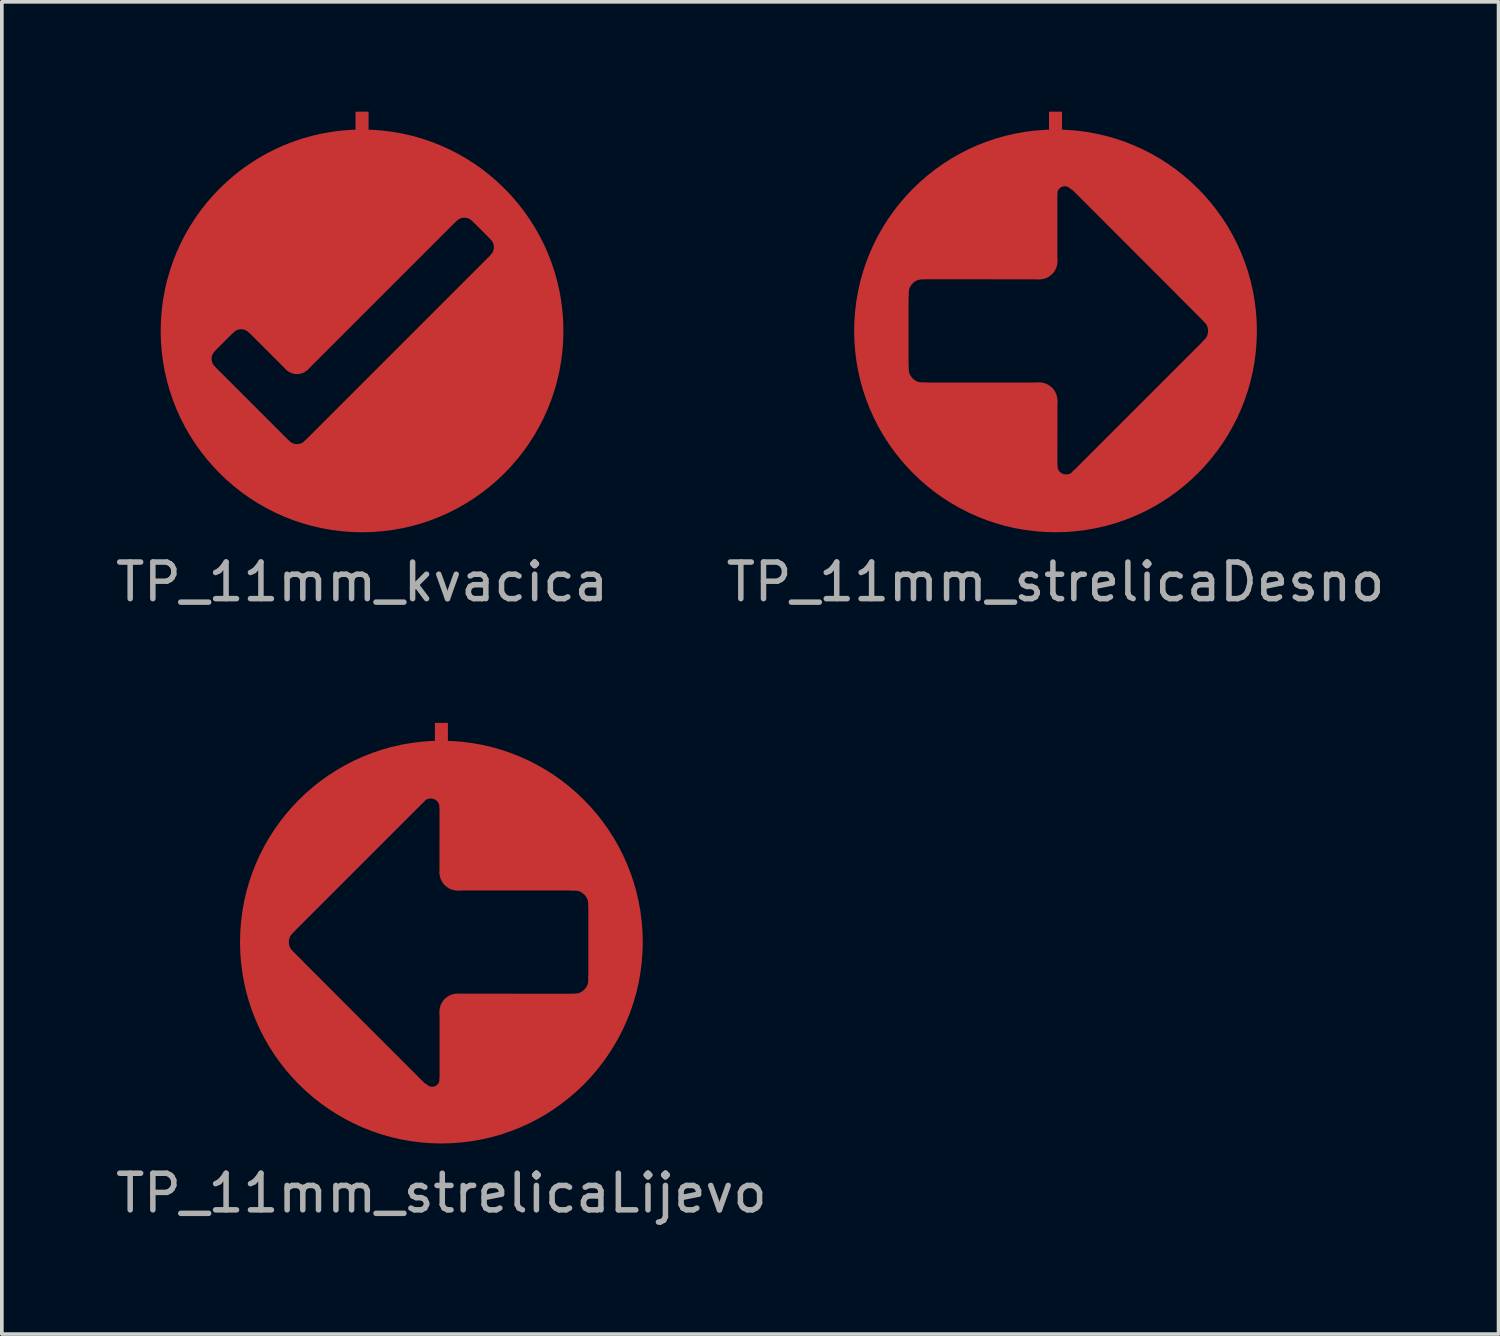
<source format=kicad_pcb>
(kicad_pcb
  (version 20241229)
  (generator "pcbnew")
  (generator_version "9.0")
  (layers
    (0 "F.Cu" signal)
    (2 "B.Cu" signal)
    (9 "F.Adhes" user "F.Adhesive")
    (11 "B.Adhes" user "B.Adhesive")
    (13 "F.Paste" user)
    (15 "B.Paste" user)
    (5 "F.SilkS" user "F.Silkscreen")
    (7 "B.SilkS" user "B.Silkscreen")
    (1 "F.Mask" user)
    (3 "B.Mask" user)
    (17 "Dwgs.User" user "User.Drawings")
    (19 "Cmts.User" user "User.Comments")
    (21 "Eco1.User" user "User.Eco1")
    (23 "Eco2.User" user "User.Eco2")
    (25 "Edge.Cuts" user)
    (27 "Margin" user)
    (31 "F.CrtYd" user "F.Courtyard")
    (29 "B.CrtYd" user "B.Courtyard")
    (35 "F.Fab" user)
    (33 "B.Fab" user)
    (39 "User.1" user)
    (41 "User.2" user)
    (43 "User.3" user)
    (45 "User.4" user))
  (footprint "TP_11mm_kvacica"
    (layer "F.Cu")
    (at 6.839 5.988)
    (property "Reference" "TP_11mm_kvacica" (at 0 6.858 0) (layer "F.Fab") (effects (font (size 1 1) (thickness 0.15))))
    (attr through_hole)
    (fp_line (start -4.064 1.016) (end -2.032 3.048) (stroke (width 0.12) (type solid)) (layer "F.Cu"))
    (fp_line (start -4.064 0.508) (end -3.556 0) (stroke (width 0.12) (type solid)) (layer "F.Cu"))
    (fp_line (start -3.048 0.000001) (end -2.032 1.016) (stroke (width 0.12) (type solid)) (layer "F.Cu"))
    (fp_line (start -1.524 3.048) (end 3.556 -2.032) (stroke (width 0.12) (type solid)) (layer "F.Cu"))
    (fp_line (start 2.54 -3.048) (end -1.524 1.016) (stroke (width 0.12) (type solid)) (layer "F.Cu"))
    (fp_line (start 3.556 -2.54) (end 3.048 -3.048) (stroke (width 0.12) (type solid)) (layer "F.Cu"))
    (fp_arc (start -4.063999 1.015999) (mid -4.169209 0.762) (end -4.063999 0.508001) (stroke (width 0.12) (type solid)) (layer "F.Cu"))
    (fp_arc (start -3.555999 0.000001) (mid -3.302 -0.105209) (end -3.048001 0.000001) (stroke (width 0.12) (type solid)) (layer "F.Cu"))
    (fp_arc (start -1.524001 1.015999) (mid -1.778 1.121209) (end -2.031999 1.015999) (stroke (width 0.12) (type solid)) (layer "F.Cu"))
    (fp_arc (start -1.524001 3.047999) (mid -1.778 3.153209) (end -2.031999 3.047999) (stroke (width 0.12) (type solid)) (layer "F.Cu"))
    (fp_arc (start 2.540001 -3.047999) (mid 2.794 -3.153209) (end 3.047999 -3.047999) (stroke (width 0.12) (type solid)) (layer "F.Cu"))
    (fp_arc (start 3.555999 -2.539999) (mid 3.661209 -2.286) (end 3.555999 -2.032001) (stroke (width 0.12) (type solid)) (layer "F.Cu"))
    (fp_circle (center 0 0) (end 5 0) (stroke (width 1) (type solid)) (fill no) (layer "F.Cu"))
    (fp_poly (pts (xy -1.651 3.239) (xy -1.46 4.318) (xy -2.349 4.318) (xy -2.286 3.048) (xy -2.032 3.048)) (stroke (width 0.01) (type solid)) (fill yes) (layer "F.Cu"))
    (fp_poly (pts (xy 2.857 -4.191) (xy 4.889 -1.651) (xy 4.826 0.953) (xy 3.556 3.556) (xy 0.635 4.953) (xy -1.714 4.636) (xy -1.778 3.175) (xy -1.524 3.048) (xy 3.556 -2.032) (xy 3.683 -2.349) (xy 3.556 -2.54) (xy 2.985 -3.111) (xy 2.603 -3.111) (xy -1.46 0.953) (xy -1.714 1.143) (xy -2.032 1.016) (xy -2.985 0.064) (xy -3.239 -0.064) (xy -3.493 -0.064) (xy -4.128 0.572) (xy -4.191 0.762) (xy -4 1.079) (xy -2.032 3.048) (xy -2.032 4.318) (xy -3.429 3.747) (xy -4.636 1.968) (xy -4.826 -0.635) (xy -3.873 -3.365) (xy -0.635 -5.08)) (stroke (width 0.01) (type solid)) (fill yes) (layer "F.Cu"))
    (fp_poly (pts (xy 2.86 -3.08) (xy 2.92 -3.06) (xy 2.98 -3.02) (xy 3.53 -2.47) (xy 3.56 -2.41) (xy 3.58 -2.34) (xy 3.59 -2.27) (xy 3.58 -2.2) (xy 3.55 -2.13) (xy 3.51 -2.08) (xy -1.58 3.01) (xy -1.62 3.04) (xy -1.67 3.07) (xy -1.77 3.09) (xy -1.81 3.09) (xy -1.86 3.08) (xy -1.89 3.07) (xy -1.93 3.05) (xy -1.97 3.02) (xy -4.04 0.95) (xy -4.06 0.92) (xy -4.09 0.86) (xy -4.1 0.82) (xy -4.11 0.76) (xy -4.1 0.7) (xy -4.08 0.64) (xy -4.05 0.59) (xy -4.01 0.54) (xy -3.52 0.05) (xy -3.46 0.01) (xy -3.41 -0.02) (xy -3.34 -0.04) (xy -3.26 -0.04) (xy -3.22 -0.03) (xy -3.17 -0.01) (xy -3.12 0.02) (xy -3.07 0.07) (xy -2.02 1.11) (xy -1.97 1.14) (xy -1.92 1.16) (xy -1.84 1.18) (xy -1.77 1.19) (xy -1.71 1.19) (xy -1.63 1.16) (xy -1.57 1.13) (xy -1.5 1.08) (xy 2.6 -3.02) (xy 2.66 -3.06) (xy 2.72 -3.08) (xy 2.78 -3.09)) (stroke (width 0.001) (type solid)) (fill yes) (layer "F.Mask"))
    (fp_circle (center 0 0) (end 5.181 0) (stroke (width 0.001) (type solid)) (fill yes) (layer "B.Mask"))
    (pad "1" smd rect (at 0 -5.738) (size 0.356 0.5) (layers "F.Cu"))
    (zone (net_name "") (layer "B.Cu") (hatch edge 0.508) (connect_pads) (min_thickness 0.254) (filled_areas_thickness no) (keepout (tracks not_allowed) (vias not_allowed) (pads not_allowed) (copperpour not_allowed) (footprints allowed)) (placement (enabled no)) (fill) (polygon (pts (xy 12.217 5.988) (xy 12.198 5.538) (xy 12.141 5.091) (xy 12.048 4.651) (xy 11.917 4.219) (xy 11.752 3.801) (xy 11.551 3.397) (xy 11.318 3.012) (xy 11.053 2.648) (xy 10.759 2.307) (xy 10.437 1.992) (xy 10.09 1.705) (xy 9.721 1.448) (xy 9.331 1.222) (xy 8.923 1.031) (xy 8.501 0.874) (xy 8.067 0.753) (xy 7.625 0.668) (xy 7.177 0.621) (xy 6.727 0.612) (xy 6.277 0.64) (xy 5.832 0.706) (xy 5.393 0.809) (xy 4.965 0.948) (xy 4.55 1.122) (xy 4.151 1.331) (xy 3.77 1.572) (xy 3.412 1.845) (xy 3.077 2.146) (xy 2.769 2.474) (xy 2.489 2.827) (xy 2.24 3.202) (xy 2.023 3.597) (xy 1.84 4.008) (xy 1.691 4.434) (xy 1.579 4.87) (xy 1.504 5.314) (xy 1.467 5.763) (xy 1.467 6.213) (xy 1.504 6.662) (xy 1.579 7.106) (xy 1.691 7.542) (xy 1.84 7.967) (xy 2.023 8.379) (xy 2.24 8.773) (xy 2.489 9.149) (xy 2.769 9.502) (xy 3.077 9.83) (xy 3.412 10.131) (xy 3.77 10.403) (xy 4.151 10.645) (xy 4.55 10.853) (xy 4.965 11.028) (xy 5.393 11.167) (xy 5.832 11.27) (xy 6.277 11.336) (xy 6.727 11.364) (xy 7.177 11.355) (xy 7.625 11.307) (xy 8.067 11.223) (xy 8.501 11.102) (xy 8.923 10.945) (xy 9.331 10.753) (xy 9.721 10.528) (xy 10.09 10.271) (xy 10.437 9.984) (xy 10.759 9.669) (xy 11.053 9.328) (xy 11.318 8.964) (xy 11.551 8.578) (xy 11.752 8.175) (xy 11.917 7.756) (xy 12.048 7.325) (xy 12.141 6.885) (xy 12.198 6.438)))))
  (footprint "TP_11mm_strelicaDesno"
    (layer "F.Cu")
    (at 25.78 5.988)
    (property "Reference" "TP_11mm_strelicaDesno" (at 0 6.858 0) (layer "F.Fab") (effects (font (size 1 1) (thickness 0.15))))
    (attr through_hole)
    (fp_line (start -4.064 -1.46) (end -0.494 -1.459) (stroke (width 0.1) (type solid)) (layer "F.Cu"))
    (fp_line (start -4.064 1.46) (end -4.064 -1.46) (stroke (width 0.1) (type solid)) (layer "F.Cu"))
    (fp_line (start -0.508 1.46) (end -4.064 1.46) (stroke (width 0.1) (type solid)) (layer "F.Cu"))
    (fp_line (start 0 -1.968) (end 0 -3.747) (stroke (width 0.1) (type solid)) (layer "F.Cu"))
    (fp_line (start 0.001 3.697) (end 0.003 1.905) (stroke (width 0.1) (type solid)) (layer "F.Cu"))
    (fp_line (start 0.445 -3.937) (end 4.381 0) (stroke (width 0.1) (type solid)) (layer "F.Cu"))
    (fp_line (start 4.381 0) (end 0.508 3.873) (stroke (width 0.1) (type solid)) (layer "F.Cu"))
    (fp_arc (start -4.064 -0.9525) (mid -3.94192 -1.328502) (end -3.569915 -1.462267) (stroke (width 0.1) (type solid)) (layer "F.Cu"))
    (fp_arc (start -3.556 1.4605) (mid -3.932002 1.33842) (end -4.065767 0.966415) (stroke (width 0.1) (type solid)) (layer "F.Cu"))
    (fp_arc (start -0.508 1.4605) (mid -0.151574 1.566551) (end 0.002499 1.905) (stroke (width 0.1) (type solid)) (layer "F.Cu"))
    (fp_arc (start 0 -3.7465) (mid 0.163824 -3.983954) (end 0.443971 -3.915103) (stroke (width 0.1) (type solid)) (layer "F.Cu"))
    (fp_arc (start 0 -1.9685) (mid -0.12208 -1.592498) (end -0.494085 -1.458733) (stroke (width 0.1) (type solid)) (layer "F.Cu"))
    (fp_arc (start 0.520255 3.859585) (mid 0.196856 3.957703) (end 0 3.683) (stroke (width 0.1) (type solid)) (layer "F.Cu"))
    (fp_arc (start 4.097508 -0.287508) (mid 4.215976 0.022485) (end 4.064 0.3175) (stroke (width 0.1) (type solid)) (layer "F.Cu"))
    (fp_circle (center 0 0) (end -5 0) (stroke (width 1) (type solid)) (fill no) (layer "F.Cu"))
    (fp_poly (pts (xy -4.128 -1.524) (xy -3.81 -1.524) (xy -4.128 -1.27)) (stroke (width 0.1) (type solid)) (fill yes) (layer "F.Cu"))
    (fp_poly (pts (xy -4.128 1.206) (xy -3.81 1.46) (xy -4.128 1.46)) (stroke (width 0.1) (type solid)) (fill yes) (layer "F.Cu"))
    (fp_poly (pts (xy -4.636 -0.064) (xy -4.064 -0.064) (xy -4.064 1.587) (xy -4.636 1.587)) (stroke (width 0.01) (type solid)) (fill yes) (layer "F.Cu"))
    (fp_poly (pts (xy 4.255 -0.064) (xy 4.445 -0.064) (xy 4.445 0.127) (xy 4.255 0.127)) (stroke (width 0.1) (type solid)) (fill yes) (layer "F.Cu"))
    (fp_poly (pts (xy -4.064 2.985) (xy -4.826 1.587) (xy -4.064 1.46) (xy -0.318 1.46) (xy -0.064 1.651) (xy 0 2.159) (xy 0 3.683) (xy 0.127 3.937) (xy 0.445 3.937) (xy 4.255 0.127) (xy 4.255 -0.064) (xy 0.635 -3.747) (xy 0.318 -4) (xy 0.064 -3.937) (xy 0 -3.619) (xy 0 -1.905) (xy -0.127 -1.587) (xy -0.381 -1.46) (xy -4.064 -1.46) (xy -4.064 0.064) (xy -4.889 0.064) (xy -4.508 -1.841) (xy -2.603 -4.381) (xy -0.064 -5.271) (xy 2.477 -4.191) (xy 4.953 -1.778) (xy 4.508 2.413) (xy 1.651 4.636) (xy -1.079 4.763)) (stroke (width 0.01) (type solid)) (fill yes) (layer "F.Cu"))
    (fp_poly (pts (xy 0.204 3.902) (xy 0.144 3.872) (xy 0.104 3.832) (xy 0.084 3.792) (xy 0.064 3.742) (xy 0.064 1.892) (xy 0.054 1.822) (xy 0.044 1.772) (xy 0.024 1.702) (xy -0.006 1.652) (xy -0.046 1.592) (xy -0.086 1.542) (xy -0.156 1.492) (xy -0.226 1.452) (xy -0.306 1.422) (xy -0.386 1.402) (xy -3.696 1.402) (xy -3.766 1.382) (xy -3.826 1.352) (xy -3.896 1.292) (xy -3.946 1.232) (xy -3.976 1.172) (xy -3.996 1.112) (xy -4.006 1.062) (xy -4.006 -1.078) (xy -3.996 -1.118) (xy -3.976 -1.178) (xy -3.946 -1.228) (xy -3.916 -1.268) (xy -3.866 -1.318) (xy -3.826 -1.348) (xy -3.746 -1.388) (xy -3.706 -1.398) (xy -0.406 -1.398) (xy -0.306 -1.418) (xy -0.226 -1.448) (xy -0.156 -1.488) (xy -0.116 -1.518) (xy -0.066 -1.568) (xy -0.026 -1.618) (xy 0.014 -1.688) (xy 0.044 -1.768) (xy 0.064 -1.888) (xy 0.064 -3.788) (xy 0.104 -3.868) (xy 0.184 -3.928) (xy 0.32 -3.93) (xy 0.384 -3.898) (xy 0.494 -3.798) (xy 4.084 -0.218) (xy 4.134 -0.138) (xy 4.16 -0.04) (xy 4.16 0.022) (xy 4.15 0.1) (xy 4.114 0.182) (xy 3.964 0.342) (xy 0.414 3.882) (xy 0.364 3.91) (xy 0.314 3.92) (xy 0.264 3.92)) (stroke (width 0.001) (type solid)) (fill yes) (layer "F.Mask"))
    (fp_circle (center 0 0) (end 4.95 0.01) (stroke (width 0.001) (type solid)) (fill yes) (layer "B.Mask"))
    (pad "1" smd rect (at 0 -5.738) (size 0.356 0.5) (layers "F.Cu")))
  (footprint "TP_11mm_strelicaLijevo"
    (layer "F.Cu")
    (at 9.006 22.682)
    (property "Reference" "TP_11mm_strelicaLijevo" (at 0 6.858 0) (layer "F.Fab") (effects (font (size 1 1) (thickness 0.15))))
    (attr through_hole)
    (fp_line (start -4.381 0) (end -0.508 -3.873) (stroke (width 0.1) (type solid)) (layer "F.Cu"))
    (fp_line (start -0.445 3.937) (end -4.381 0) (stroke (width 0.1) (type solid)) (layer "F.Cu"))
    (fp_line (start -0.001 -3.697) (end -0.003 -1.905) (stroke (width 0.1) (type solid)) (layer "F.Cu"))
    (fp_line (start 0 1.968) (end 0 3.747) (stroke (width 0.1) (type solid)) (layer "F.Cu"))
    (fp_line (start 0.508 -1.46) (end 4.064 -1.46) (stroke (width 0.1) (type solid)) (layer "F.Cu"))
    (fp_line (start 4.064 -1.46) (end 4.064 1.46) (stroke (width 0.1) (type solid)) (layer "F.Cu"))
    (fp_line (start 4.064 1.46) (end 0.494 1.459) (stroke (width 0.1) (type solid)) (layer "F.Cu"))
    (fp_arc (start -4.097508 0.287508) (mid -4.215976 -0.022485) (end -4.064 -0.3175) (stroke (width 0.1) (type solid)) (layer "F.Cu"))
    (fp_arc (start -0.520255 -3.859585) (mid -0.196856 -3.957703) (end 0 -3.683) (stroke (width 0.1) (type solid)) (layer "F.Cu"))
    (fp_arc (start 0 1.9685) (mid 0.12208 1.592498) (end 0.494085 1.458733) (stroke (width 0.1) (type solid)) (layer "F.Cu"))
    (fp_arc (start 0 3.7465) (mid -0.163824 3.983954) (end -0.443971 3.915103) (stroke (width 0.1) (type solid)) (layer "F.Cu"))
    (fp_arc (start 0.508 -1.4605) (mid 0.151574 -1.566551) (end -0.002499 -1.905) (stroke (width 0.1) (type solid)) (layer "F.Cu"))
    (fp_arc (start 3.556 -1.4605) (mid 3.932002 -1.33842) (end 4.065767 -0.966415) (stroke (width 0.1) (type solid)) (layer "F.Cu"))
    (fp_arc (start 4.064 0.9525) (mid 3.94192 1.328502) (end 3.569915 1.462267) (stroke (width 0.1) (type solid)) (layer "F.Cu"))
    (fp_circle (center 0 0) (end 5 0) (stroke (width 1) (type solid)) (fill no) (layer "F.Cu"))
    (fp_poly (pts (xy 4.128 -1.206) (xy 3.81 -1.46) (xy 4.128 -1.46)) (stroke (width 0.1) (type solid)) (fill yes) (layer "F.Cu"))
    (fp_poly (pts (xy 4.128 1.524) (xy 3.81 1.524) (xy 4.128 1.27)) (stroke (width 0.1) (type solid)) (fill yes) (layer "F.Cu"))
    (fp_poly (pts (xy -4.255 0.064) (xy -4.445 0.064) (xy -4.445 -0.127) (xy -4.255 -0.127)) (stroke (width 0.1) (type solid)) (fill yes) (layer "F.Cu"))
    (fp_poly (pts (xy 4.636 0.064) (xy 4.064 0.064) (xy 4.064 -1.587) (xy 4.636 -1.587)) (stroke (width 0.01) (type solid)) (fill yes) (layer "F.Cu"))
    (fp_poly (pts (xy 4.064 -2.985) (xy 4.826 -1.587) (xy 4.064 -1.46) (xy 0.318 -1.46) (xy 0.064 -1.651) (xy 0 -2.159) (xy 0 -3.683) (xy -0.127 -3.937) (xy -0.445 -3.937) (xy -4.255 -0.127) (xy -4.255 0.064) (xy -0.635 3.747) (xy -0.318 4) (xy -0.064 3.937) (xy 0 3.619) (xy 0 1.905) (xy 0.127 1.587) (xy 0.381 1.46) (xy 4.064 1.46) (xy 4.064 -0.064) (xy 4.889 -0.064) (xy 4.508 1.841) (xy 2.603 4.381) (xy 0.064 5.271) (xy -2.477 4.191) (xy -4.953 1.778) (xy -4.508 -2.413) (xy -1.651 -4.636) (xy 1.079 -4.763)) (stroke (width 0.01) (type solid)) (fill yes) (layer "F.Cu"))
    (fp_poly (pts (xy -0.2 -3.9) (xy -0.14 -3.87) (xy -0.1 -3.83) (xy -0.08 -3.79) (xy -0.06 -3.74) (xy -0.06 -1.89) (xy -0.05 -1.82) (xy -0.04 -1.77) (xy -0.02 -1.7) (xy 0.01 -1.65) (xy 0.05 -1.59) (xy 0.09 -1.54) (xy 0.16 -1.49) (xy 0.23 -1.45) (xy 0.31 -1.42) (xy 0.39 -1.4) (xy 3.7 -1.4) (xy 3.77 -1.38) (xy 3.83 -1.35) (xy 3.9 -1.29) (xy 3.95 -1.23) (xy 3.98 -1.17) (xy 4 -1.11) (xy 4.01 -1.06) (xy 4.01 1.08) (xy 4 1.12) (xy 3.98 1.18) (xy 3.95 1.23) (xy 3.92 1.27) (xy 3.87 1.32) (xy 3.83 1.35) (xy 3.75 1.39) (xy 3.71 1.4) (xy 0.41 1.4) (xy 0.31 1.42) (xy 0.23 1.45) (xy 0.16 1.49) (xy 0.12 1.52) (xy 0.07 1.57) (xy 0.03 1.62) (xy -0.01 1.69) (xy -0.04 1.77) (xy -0.06 1.89) (xy -0.06 3.79) (xy -0.1 3.87) (xy -0.18 3.93) (xy -0.31 3.94) (xy -0.38 3.9) (xy -0.49 3.8) (xy -4.08 0.22) (xy -4.13 0.14) (xy -4.16 0.05) (xy -4.16 -0.02) (xy -4.15 -0.1) (xy -4.11 -0.18) (xy -3.96 -0.34) (xy -0.41 -3.88) (xy -0.36 -3.91) (xy -0.31 -3.92) (xy -0.26 -3.92)) (stroke (width 0.001) (type solid)) (fill yes) (layer "F.Mask"))
    (fp_circle (center 0 0) (end 5.06 0.01) (stroke (width 0.001) (type solid)) (fill yes) (layer "B.Mask"))
    (pad "1" smd rect (at 0 -5.738) (size 0.356 0.5) (layers "F.Cu")))
  (gr_rect
    (start -3 -3)
    (end 37.881 33.388)
    (stroke (width 0.1) (type default))
    (fill no)
    (layer "Edge.Cuts")))
</source>
